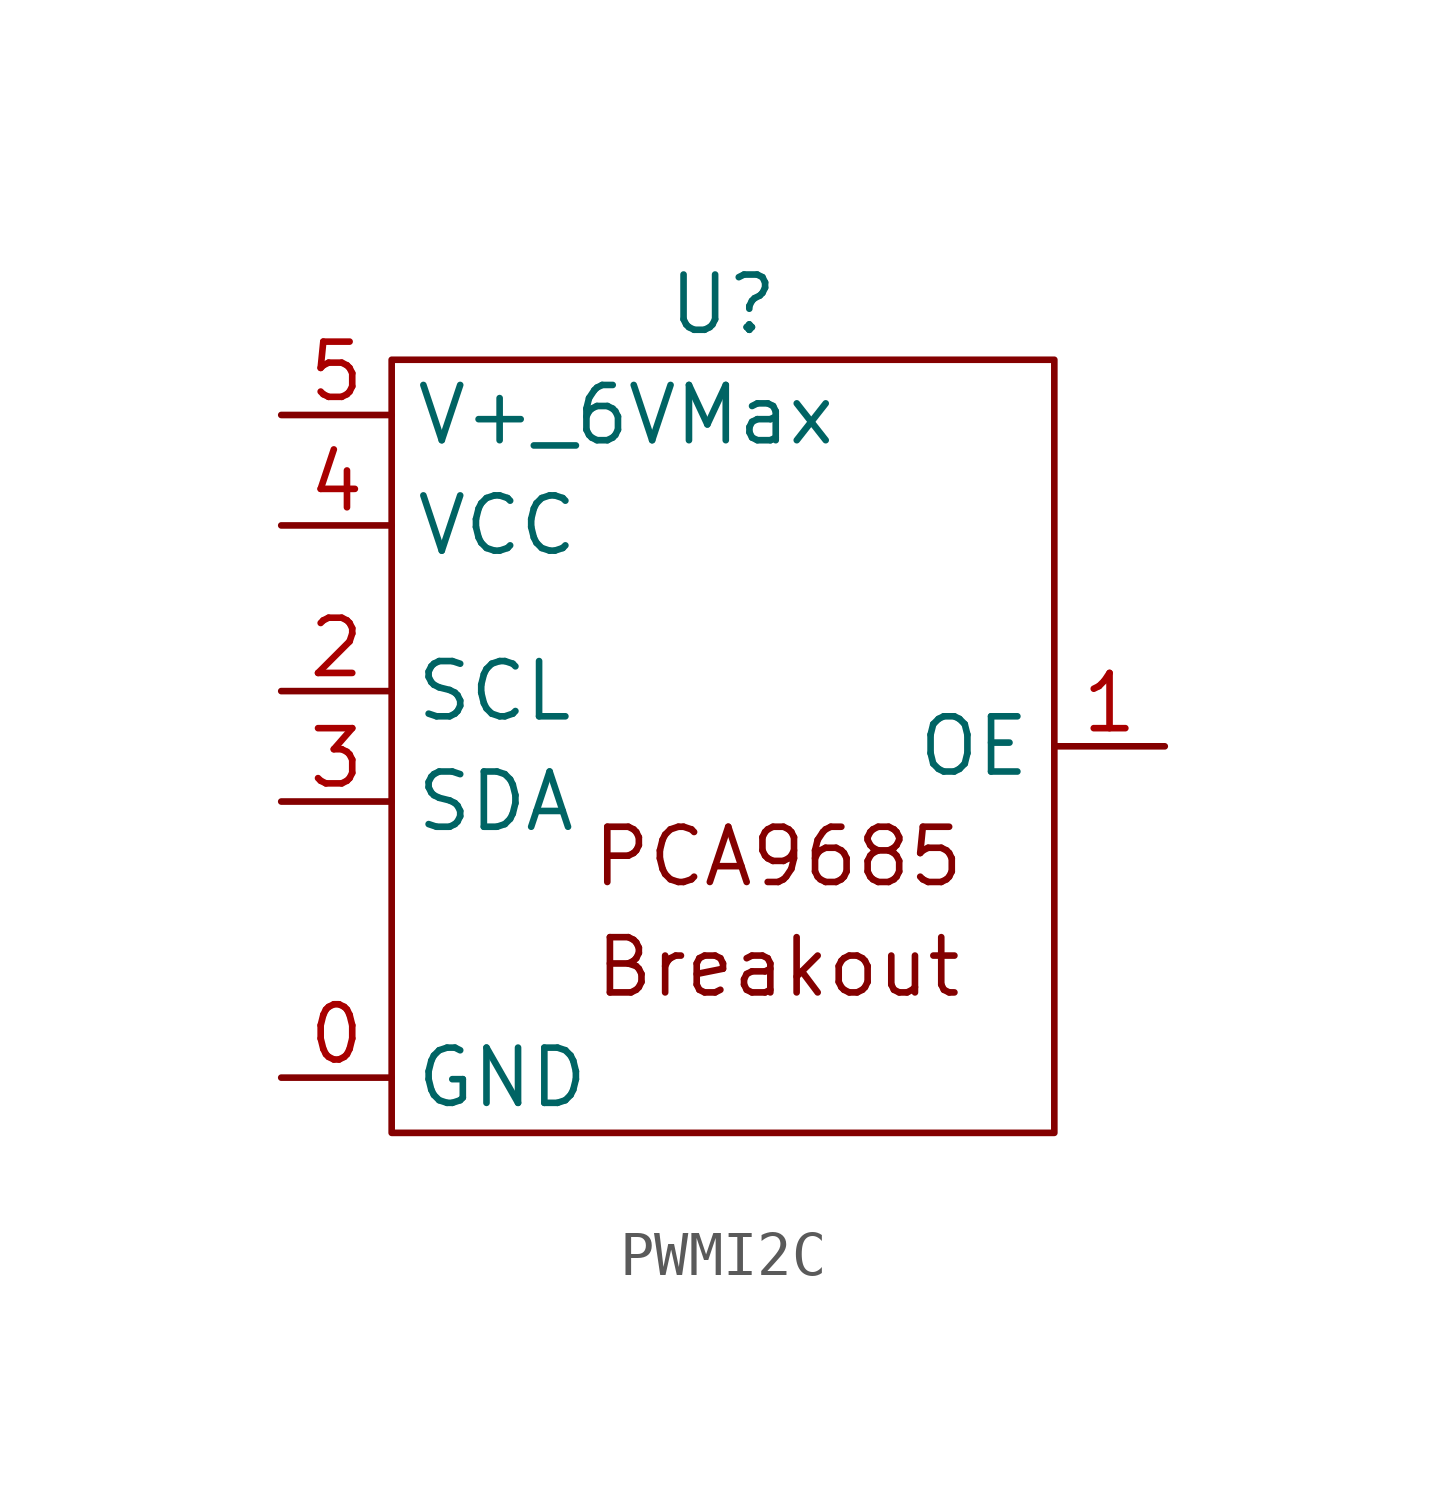
<source format=kicad_sym>
(kicad_symbol_lib
  (version 20220914)
  (generator kicad_symbol_editor)
  (symbol "PWMI2C"
    (property "Reference" "U"
      (at 0 10.16 0)
      (effects (font (size 1.27 1.27))))
    (property "Value" ""
      (at 0 0 0)
      (effects (font (size 1.27 1.27))))
    (symbol "PWMI2C_0_1"
      (rectangle (start -7.62 8.89) (end 7.62 -8.89) (stroke (width 0) (type default)) (fill (type none))))
    (symbol "PWMI2C_1_1"
      (text "Breakout\n" (at 1.27 -5.08 0) (effects (font (size 1.27 1.27))))
      (text "PCA9685" (at 1.27 -2.54 0) (effects (font (size 1.27 1.27))))
      (pin input line (at -10.16 -7.62 0) (length 2.54) (name "GND" (effects (font (size 1.27 1.27)))) (number "0" (effects (font (size 1.27 1.27)))))
      (pin input line (at 10.16 0 180) (length 2.54) (name "OE" (effects (font (size 1.27 1.27)))) (number "1" (effects (font (size 1.27 1.27)))))
      (pin input line (at -10.16 1.27 0) (length 2.54) (name "SCL" (effects (font (size 1.27 1.27)))) (number "2" (effects (font (size 1.27 1.27)))))
      (pin input line (at -10.16 -1.27 0) (length 2.54) (name "SDA" (effects (font (size 1.27 1.27)))) (number "3" (effects (font (size 1.27 1.27)))))
      (pin input line (at -10.16 5.08 0) (length 2.54) (name "VCC" (effects (font (size 1.27 1.27)))) (number "4" (effects (font (size 1.27 1.27)))))
      (pin input line (at -10.16 7.62 0) (length 2.54) (name "V+_6VMax" (effects (font (size 1.27 1.27)))) (number "5" (effects (font (size 1.27 1.27))))))))
</source>
